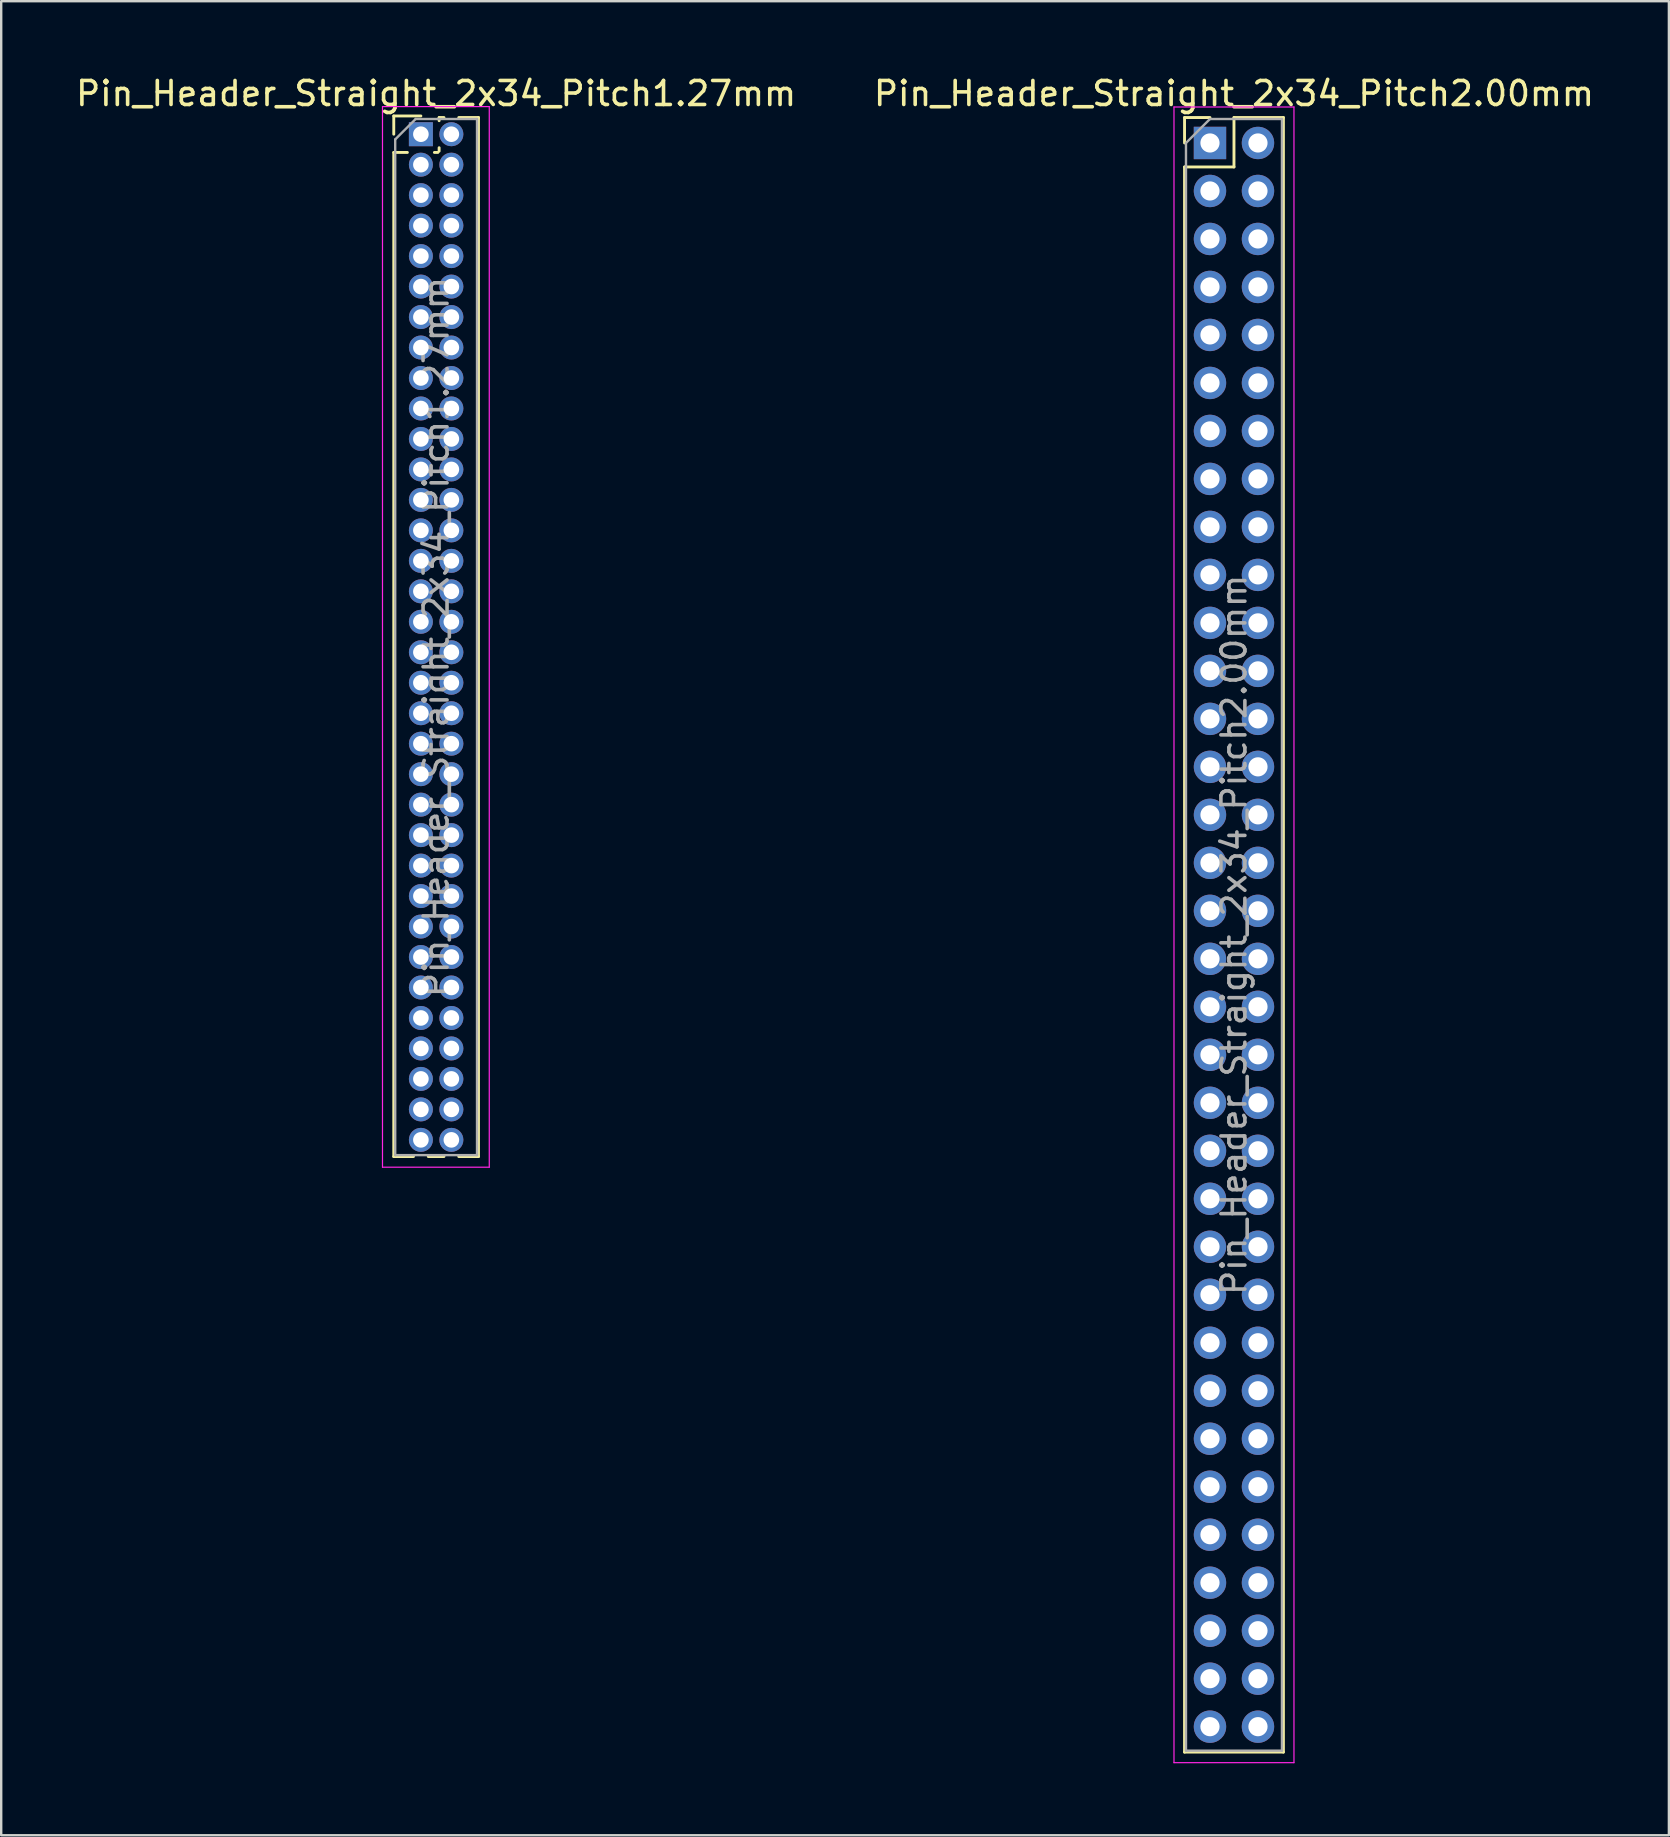
<source format=kicad_pcb>
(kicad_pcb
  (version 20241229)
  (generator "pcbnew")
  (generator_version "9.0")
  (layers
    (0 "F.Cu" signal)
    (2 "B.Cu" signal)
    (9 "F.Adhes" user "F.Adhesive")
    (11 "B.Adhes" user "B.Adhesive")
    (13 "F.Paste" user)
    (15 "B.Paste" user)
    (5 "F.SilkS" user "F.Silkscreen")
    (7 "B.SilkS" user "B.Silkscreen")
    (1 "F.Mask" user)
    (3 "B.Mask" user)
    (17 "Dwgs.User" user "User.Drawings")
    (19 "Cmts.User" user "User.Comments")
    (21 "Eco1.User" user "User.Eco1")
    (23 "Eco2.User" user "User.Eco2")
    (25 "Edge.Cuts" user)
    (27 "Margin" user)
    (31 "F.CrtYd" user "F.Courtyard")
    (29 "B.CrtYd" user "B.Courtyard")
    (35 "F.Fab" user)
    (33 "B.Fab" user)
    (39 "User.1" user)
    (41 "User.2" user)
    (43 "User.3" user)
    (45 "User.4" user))
  (footprint "Pin_Header_Straight_2x34_Pitch1.27mm"
    (layer "F.Cu")
    (at 14.49 2.543)
    (property "Reference" "Pin_Header_Straight_2x34_Pitch1.27mm" (at 0.635 -1.695 0) (layer "F.SilkS") (effects (font (size 1 1) (thickness 0.15))))
    (attr through_hole)
    (fp_line (start -1.13 -0.76) (end 0 -0.76) (stroke (width 0.12) (type solid)) (layer "F.SilkS"))
    (fp_line (start -1.13 0) (end -1.13 -0.76) (stroke (width 0.12) (type solid)) (layer "F.SilkS"))
    (fp_line (start -1.13 0.76) (end -1.13 42.605) (stroke (width 0.12) (type solid)) (layer "F.SilkS"))
    (fp_line (start -1.13 0.76) (end -0.563 0.76) (stroke (width 0.12) (type solid)) (layer "F.SilkS"))
    (fp_line (start -1.13 42.605) (end -0.308 42.605) (stroke (width 0.12) (type solid)) (layer "F.SilkS"))
    (fp_line (start 0.308 42.605) (end 0.962 42.605) (stroke (width 0.12) (type solid)) (layer "F.SilkS"))
    (fp_line (start 0.563 0.76) (end 0.707 0.76) (stroke (width 0.12) (type solid)) (layer "F.SilkS"))
    (fp_line (start 0.76 -0.695) (end 0.962 -0.695) (stroke (width 0.12) (type solid)) (layer "F.SilkS"))
    (fp_line (start 0.76 -0.563) (end 0.76 -0.695) (stroke (width 0.12) (type solid)) (layer "F.SilkS"))
    (fp_line (start 0.76 0.707) (end 0.76 0.563) (stroke (width 0.12) (type solid)) (layer "F.SilkS"))
    (fp_line (start 1.578 -0.695) (end 2.4 -0.695) (stroke (width 0.12) (type solid)) (layer "F.SilkS"))
    (fp_line (start 1.578 42.605) (end 2.4 42.605) (stroke (width 0.12) (type solid)) (layer "F.SilkS"))
    (fp_line (start 2.4 -0.695) (end 2.4 42.605) (stroke (width 0.12) (type solid)) (layer "F.SilkS"))
    (fp_line (start -1.6 -1.15) (end -1.6 43.05) (stroke (width 0.05) (type solid)) (layer "F.CrtYd"))
    (fp_line (start -1.6 43.05) (end 2.85 43.05) (stroke (width 0.05) (type solid)) (layer "F.CrtYd"))
    (fp_line (start 2.85 -1.15) (end -1.6 -1.15) (stroke (width 0.05) (type solid)) (layer "F.CrtYd"))
    (fp_line (start 2.85 43.05) (end 2.85 -1.15) (stroke (width 0.05) (type solid)) (layer "F.CrtYd"))
    (fp_line (start -1.07 0.217) (end -0.217 -0.635) (stroke (width 0.1) (type solid)) (layer "F.Fab"))
    (fp_line (start -1.07 42.545) (end -1.07 0.217) (stroke (width 0.1) (type solid)) (layer "F.Fab"))
    (fp_line (start -0.217 -0.635) (end 2.34 -0.635) (stroke (width 0.1) (type solid)) (layer "F.Fab"))
    (fp_line (start 2.34 -0.635) (end 2.34 42.545) (stroke (width 0.1) (type solid)) (layer "F.Fab"))
    (fp_line (start 2.34 42.545) (end -1.07 42.545) (stroke (width 0.1) (type solid)) (layer "F.Fab"))
    (fp_text user "${REFERENCE}" (at 0.635 20.955 90) (layer "F.Fab") (effects (font (size 1 1) (thickness 0.15))))
    (pad "1" thru_hole rect (at 0 0) (size 1 1) (drill 0.65) (layers "*.Cu" "*.Mask"))
    (pad "2" thru_hole oval (at 1.27 0) (size 1 1) (drill 0.65) (layers "*.Cu" "*.Mask"))
    (pad "3" thru_hole oval (at 0 1.27) (size 1 1) (drill 0.65) (layers "*.Cu" "*.Mask"))
    (pad "4" thru_hole oval (at 1.27 1.27) (size 1 1) (drill 0.65) (layers "*.Cu" "*.Mask"))
    (pad "5" thru_hole oval (at 0 2.54) (size 1 1) (drill 0.65) (layers "*.Cu" "*.Mask"))
    (pad "6" thru_hole oval (at 1.27 2.54) (size 1 1) (drill 0.65) (layers "*.Cu" "*.Mask"))
    (pad "7" thru_hole oval (at 0 3.81) (size 1 1) (drill 0.65) (layers "*.Cu" "*.Mask"))
    (pad "8" thru_hole oval (at 1.27 3.81) (size 1 1) (drill 0.65) (layers "*.Cu" "*.Mask"))
    (pad "9" thru_hole oval (at 0 5.08) (size 1 1) (drill 0.65) (layers "*.Cu" "*.Mask"))
    (pad "10" thru_hole oval (at 1.27 5.08) (size 1 1) (drill 0.65) (layers "*.Cu" "*.Mask"))
    (pad "11" thru_hole oval (at 0 6.35) (size 1 1) (drill 0.65) (layers "*.Cu" "*.Mask"))
    (pad "12" thru_hole oval (at 1.27 6.35) (size 1 1) (drill 0.65) (layers "*.Cu" "*.Mask"))
    (pad "13" thru_hole oval (at 0 7.62) (size 1 1) (drill 0.65) (layers "*.Cu" "*.Mask"))
    (pad "14" thru_hole oval (at 1.27 7.62) (size 1 1) (drill 0.65) (layers "*.Cu" "*.Mask"))
    (pad "15" thru_hole oval (at 0 8.89) (size 1 1) (drill 0.65) (layers "*.Cu" "*.Mask"))
    (pad "16" thru_hole oval (at 1.27 8.89) (size 1 1) (drill 0.65) (layers "*.Cu" "*.Mask"))
    (pad "17" thru_hole oval (at 0 10.16) (size 1 1) (drill 0.65) (layers "*.Cu" "*.Mask"))
    (pad "18" thru_hole oval (at 1.27 10.16) (size 1 1) (drill 0.65) (layers "*.Cu" "*.Mask"))
    (pad "19" thru_hole oval (at 0 11.43) (size 1 1) (drill 0.65) (layers "*.Cu" "*.Mask"))
    (pad "20" thru_hole oval (at 1.27 11.43) (size 1 1) (drill 0.65) (layers "*.Cu" "*.Mask"))
    (pad "21" thru_hole oval (at 0 12.7) (size 1 1) (drill 0.65) (layers "*.Cu" "*.Mask"))
    (pad "22" thru_hole oval (at 1.27 12.7) (size 1 1) (drill 0.65) (layers "*.Cu" "*.Mask"))
    (pad "23" thru_hole oval (at 0 13.97) (size 1 1) (drill 0.65) (layers "*.Cu" "*.Mask"))
    (pad "24" thru_hole oval (at 1.27 13.97) (size 1 1) (drill 0.65) (layers "*.Cu" "*.Mask"))
    (pad "25" thru_hole oval (at 0 15.24) (size 1 1) (drill 0.65) (layers "*.Cu" "*.Mask"))
    (pad "26" thru_hole oval (at 1.27 15.24) (size 1 1) (drill 0.65) (layers "*.Cu" "*.Mask"))
    (pad "27" thru_hole oval (at 0 16.51) (size 1 1) (drill 0.65) (layers "*.Cu" "*.Mask"))
    (pad "28" thru_hole oval (at 1.27 16.51) (size 1 1) (drill 0.65) (layers "*.Cu" "*.Mask"))
    (pad "29" thru_hole oval (at 0 17.78) (size 1 1) (drill 0.65) (layers "*.Cu" "*.Mask"))
    (pad "30" thru_hole oval (at 1.27 17.78) (size 1 1) (drill 0.65) (layers "*.Cu" "*.Mask"))
    (pad "31" thru_hole oval (at 0 19.05) (size 1 1) (drill 0.65) (layers "*.Cu" "*.Mask"))
    (pad "32" thru_hole oval (at 1.27 19.05) (size 1 1) (drill 0.65) (layers "*.Cu" "*.Mask"))
    (pad "33" thru_hole oval (at 0 20.32) (size 1 1) (drill 0.65) (layers "*.Cu" "*.Mask"))
    (pad "34" thru_hole oval (at 1.27 20.32) (size 1 1) (drill 0.65) (layers "*.Cu" "*.Mask"))
    (pad "35" thru_hole oval (at 0 21.59) (size 1 1) (drill 0.65) (layers "*.Cu" "*.Mask"))
    (pad "36" thru_hole oval (at 1.27 21.59) (size 1 1) (drill 0.65) (layers "*.Cu" "*.Mask"))
    (pad "37" thru_hole oval (at 0 22.86) (size 1 1) (drill 0.65) (layers "*.Cu" "*.Mask"))
    (pad "38" thru_hole oval (at 1.27 22.86) (size 1 1) (drill 0.65) (layers "*.Cu" "*.Mask"))
    (pad "39" thru_hole oval (at 0 24.13) (size 1 1) (drill 0.65) (layers "*.Cu" "*.Mask"))
    (pad "40" thru_hole oval (at 1.27 24.13) (size 1 1) (drill 0.65) (layers "*.Cu" "*.Mask"))
    (pad "41" thru_hole oval (at 0 25.4) (size 1 1) (drill 0.65) (layers "*.Cu" "*.Mask"))
    (pad "42" thru_hole oval (at 1.27 25.4) (size 1 1) (drill 0.65) (layers "*.Cu" "*.Mask"))
    (pad "43" thru_hole oval (at 0 26.67) (size 1 1) (drill 0.65) (layers "*.Cu" "*.Mask"))
    (pad "44" thru_hole oval (at 1.27 26.67) (size 1 1) (drill 0.65) (layers "*.Cu" "*.Mask"))
    (pad "45" thru_hole oval (at 0 27.94) (size 1 1) (drill 0.65) (layers "*.Cu" "*.Mask"))
    (pad "46" thru_hole oval (at 1.27 27.94) (size 1 1) (drill 0.65) (layers "*.Cu" "*.Mask"))
    (pad "47" thru_hole oval (at 0 29.21) (size 1 1) (drill 0.65) (layers "*.Cu" "*.Mask"))
    (pad "48" thru_hole oval (at 1.27 29.21) (size 1 1) (drill 0.65) (layers "*.Cu" "*.Mask"))
    (pad "49" thru_hole oval (at 0 30.48) (size 1 1) (drill 0.65) (layers "*.Cu" "*.Mask"))
    (pad "50" thru_hole oval (at 1.27 30.48) (size 1 1) (drill 0.65) (layers "*.Cu" "*.Mask"))
    (pad "51" thru_hole oval (at 0 31.75) (size 1 1) (drill 0.65) (layers "*.Cu" "*.Mask"))
    (pad "52" thru_hole oval (at 1.27 31.75) (size 1 1) (drill 0.65) (layers "*.Cu" "*.Mask"))
    (pad "53" thru_hole oval (at 0 33.02) (size 1 1) (drill 0.65) (layers "*.Cu" "*.Mask"))
    (pad "54" thru_hole oval (at 1.27 33.02) (size 1 1) (drill 0.65) (layers "*.Cu" "*.Mask"))
    (pad "55" thru_hole oval (at 0 34.29) (size 1 1) (drill 0.65) (layers "*.Cu" "*.Mask"))
    (pad "56" thru_hole oval (at 1.27 34.29) (size 1 1) (drill 0.65) (layers "*.Cu" "*.Mask"))
    (pad "57" thru_hole oval (at 0 35.56) (size 1 1) (drill 0.65) (layers "*.Cu" "*.Mask"))
    (pad "58" thru_hole oval (at 1.27 35.56) (size 1 1) (drill 0.65) (layers "*.Cu" "*.Mask"))
    (pad "59" thru_hole oval (at 0 36.83) (size 1 1) (drill 0.65) (layers "*.Cu" "*.Mask"))
    (pad "60" thru_hole oval (at 1.27 36.83) (size 1 1) (drill 0.65) (layers "*.Cu" "*.Mask"))
    (pad "61" thru_hole oval (at 0 38.1) (size 1 1) (drill 0.65) (layers "*.Cu" "*.Mask"))
    (pad "62" thru_hole oval (at 1.27 38.1) (size 1 1) (drill 0.65) (layers "*.Cu" "*.Mask"))
    (pad "63" thru_hole oval (at 0 39.37) (size 1 1) (drill 0.65) (layers "*.Cu" "*.Mask"))
    (pad "64" thru_hole oval (at 1.27 39.37) (size 1 1) (drill 0.65) (layers "*.Cu" "*.Mask"))
    (pad "65" thru_hole oval (at 0 40.64) (size 1 1) (drill 0.65) (layers "*.Cu" "*.Mask"))
    (pad "66" thru_hole oval (at 1.27 40.64) (size 1 1) (drill 0.65) (layers "*.Cu" "*.Mask"))
    (pad "67" thru_hole oval (at 0 41.91) (size 1 1) (drill 0.65) (layers "*.Cu" "*.Mask"))
    (pad "68" thru_hole oval (at 1.27 41.91) (size 1 1) (drill 0.65) (layers "*.Cu" "*.Mask")))
  (footprint "Pin_Header_Straight_2x34_Pitch2.00mm"
    (layer "F.Cu")
    (at 47.375 2.908)
    (property "Reference" "Pin_Header_Straight_2x34_Pitch2.00mm" (at 1 -2.06 0) (layer "F.SilkS") (effects (font (size 1 1) (thickness 0.15))))
    (attr through_hole)
    (fp_line (start -1.06 -1.06) (end 0 -1.06) (stroke (width 0.12) (type solid)) (layer "F.SilkS"))
    (fp_line (start -1.06 0) (end -1.06 -1.06) (stroke (width 0.12) (type solid)) (layer "F.SilkS"))
    (fp_line (start -1.06 1) (end -1.06 67.06) (stroke (width 0.12) (type solid)) (layer "F.SilkS"))
    (fp_line (start -1.06 1) (end 1 1) (stroke (width 0.12) (type solid)) (layer "F.SilkS"))
    (fp_line (start -1.06 67.06) (end 3.06 67.06) (stroke (width 0.12) (type solid)) (layer "F.SilkS"))
    (fp_line (start 1 -1.06) (end 3.06 -1.06) (stroke (width 0.12) (type solid)) (layer "F.SilkS"))
    (fp_line (start 1 1) (end 1 -1.06) (stroke (width 0.12) (type solid)) (layer "F.SilkS"))
    (fp_line (start 3.06 -1.06) (end 3.06 67.06) (stroke (width 0.12) (type solid)) (layer "F.SilkS"))
    (fp_line (start -1.5 -1.5) (end -1.5 67.5) (stroke (width 0.05) (type solid)) (layer "F.CrtYd"))
    (fp_line (start -1.5 67.5) (end 3.5 67.5) (stroke (width 0.05) (type solid)) (layer "F.CrtYd"))
    (fp_line (start 3.5 -1.5) (end -1.5 -1.5) (stroke (width 0.05) (type solid)) (layer "F.CrtYd"))
    (fp_line (start 3.5 67.5) (end 3.5 -1.5) (stroke (width 0.05) (type solid)) (layer "F.CrtYd"))
    (fp_line (start -1 0) (end 0 -1) (stroke (width 0.1) (type solid)) (layer "F.Fab"))
    (fp_line (start -1 67) (end -1 0) (stroke (width 0.1) (type solid)) (layer "F.Fab"))
    (fp_line (start 0 -1) (end 3 -1) (stroke (width 0.1) (type solid)) (layer "F.Fab"))
    (fp_line (start 3 -1) (end 3 67) (stroke (width 0.1) (type solid)) (layer "F.Fab"))
    (fp_line (start 3 67) (end -1 67) (stroke (width 0.1) (type solid)) (layer "F.Fab"))
    (fp_text user "${REFERENCE}" (at 1 33 90) (layer "F.Fab") (effects (font (size 1 1) (thickness 0.15))))
    (pad "1" thru_hole rect (at 0 0) (size 1.35 1.35) (drill 0.8) (layers "*.Cu" "*.Mask"))
    (pad "2" thru_hole oval (at 2 0) (size 1.35 1.35) (drill 0.8) (layers "*.Cu" "*.Mask"))
    (pad "3" thru_hole oval (at 0 2) (size 1.35 1.35) (drill 0.8) (layers "*.Cu" "*.Mask"))
    (pad "4" thru_hole oval (at 2 2) (size 1.35 1.35) (drill 0.8) (layers "*.Cu" "*.Mask"))
    (pad "5" thru_hole oval (at 0 4) (size 1.35 1.35) (drill 0.8) (layers "*.Cu" "*.Mask"))
    (pad "6" thru_hole oval (at 2 4) (size 1.35 1.35) (drill 0.8) (layers "*.Cu" "*.Mask"))
    (pad "7" thru_hole oval (at 0 6) (size 1.35 1.35) (drill 0.8) (layers "*.Cu" "*.Mask"))
    (pad "8" thru_hole oval (at 2 6) (size 1.35 1.35) (drill 0.8) (layers "*.Cu" "*.Mask"))
    (pad "9" thru_hole oval (at 0 8) (size 1.35 1.35) (drill 0.8) (layers "*.Cu" "*.Mask"))
    (pad "10" thru_hole oval (at 2 8) (size 1.35 1.35) (drill 0.8) (layers "*.Cu" "*.Mask"))
    (pad "11" thru_hole oval (at 0 10) (size 1.35 1.35) (drill 0.8) (layers "*.Cu" "*.Mask"))
    (pad "12" thru_hole oval (at 2 10) (size 1.35 1.35) (drill 0.8) (layers "*.Cu" "*.Mask"))
    (pad "13" thru_hole oval (at 0 12) (size 1.35 1.35) (drill 0.8) (layers "*.Cu" "*.Mask"))
    (pad "14" thru_hole oval (at 2 12) (size 1.35 1.35) (drill 0.8) (layers "*.Cu" "*.Mask"))
    (pad "15" thru_hole oval (at 0 14) (size 1.35 1.35) (drill 0.8) (layers "*.Cu" "*.Mask"))
    (pad "16" thru_hole oval (at 2 14) (size 1.35 1.35) (drill 0.8) (layers "*.Cu" "*.Mask"))
    (pad "17" thru_hole oval (at 0 16) (size 1.35 1.35) (drill 0.8) (layers "*.Cu" "*.Mask"))
    (pad "18" thru_hole oval (at 2 16) (size 1.35 1.35) (drill 0.8) (layers "*.Cu" "*.Mask"))
    (pad "19" thru_hole oval (at 0 18) (size 1.35 1.35) (drill 0.8) (layers "*.Cu" "*.Mask"))
    (pad "20" thru_hole oval (at 2 18) (size 1.35 1.35) (drill 0.8) (layers "*.Cu" "*.Mask"))
    (pad "21" thru_hole oval (at 0 20) (size 1.35 1.35) (drill 0.8) (layers "*.Cu" "*.Mask"))
    (pad "22" thru_hole oval (at 2 20) (size 1.35 1.35) (drill 0.8) (layers "*.Cu" "*.Mask"))
    (pad "23" thru_hole oval (at 0 22) (size 1.35 1.35) (drill 0.8) (layers "*.Cu" "*.Mask"))
    (pad "24" thru_hole oval (at 2 22) (size 1.35 1.35) (drill 0.8) (layers "*.Cu" "*.Mask"))
    (pad "25" thru_hole oval (at 0 24) (size 1.35 1.35) (drill 0.8) (layers "*.Cu" "*.Mask"))
    (pad "26" thru_hole oval (at 2 24) (size 1.35 1.35) (drill 0.8) (layers "*.Cu" "*.Mask"))
    (pad "27" thru_hole oval (at 0 26) (size 1.35 1.35) (drill 0.8) (layers "*.Cu" "*.Mask"))
    (pad "28" thru_hole oval (at 2 26) (size 1.35 1.35) (drill 0.8) (layers "*.Cu" "*.Mask"))
    (pad "29" thru_hole oval (at 0 28) (size 1.35 1.35) (drill 0.8) (layers "*.Cu" "*.Mask"))
    (pad "30" thru_hole oval (at 2 28) (size 1.35 1.35) (drill 0.8) (layers "*.Cu" "*.Mask"))
    (pad "31" thru_hole oval (at 0 30) (size 1.35 1.35) (drill 0.8) (layers "*.Cu" "*.Mask"))
    (pad "32" thru_hole oval (at 2 30) (size 1.35 1.35) (drill 0.8) (layers "*.Cu" "*.Mask"))
    (pad "33" thru_hole oval (at 0 32) (size 1.35 1.35) (drill 0.8) (layers "*.Cu" "*.Mask"))
    (pad "34" thru_hole oval (at 2 32) (size 1.35 1.35) (drill 0.8) (layers "*.Cu" "*.Mask"))
    (pad "35" thru_hole oval (at 0 34) (size 1.35 1.35) (drill 0.8) (layers "*.Cu" "*.Mask"))
    (pad "36" thru_hole oval (at 2 34) (size 1.35 1.35) (drill 0.8) (layers "*.Cu" "*.Mask"))
    (pad "37" thru_hole oval (at 0 36) (size 1.35 1.35) (drill 0.8) (layers "*.Cu" "*.Mask"))
    (pad "38" thru_hole oval (at 2 36) (size 1.35 1.35) (drill 0.8) (layers "*.Cu" "*.Mask"))
    (pad "39" thru_hole oval (at 0 38) (size 1.35 1.35) (drill 0.8) (layers "*.Cu" "*.Mask"))
    (pad "40" thru_hole oval (at 2 38) (size 1.35 1.35) (drill 0.8) (layers "*.Cu" "*.Mask"))
    (pad "41" thru_hole oval (at 0 40) (size 1.35 1.35) (drill 0.8) (layers "*.Cu" "*.Mask"))
    (pad "42" thru_hole oval (at 2 40) (size 1.35 1.35) (drill 0.8) (layers "*.Cu" "*.Mask"))
    (pad "43" thru_hole oval (at 0 42) (size 1.35 1.35) (drill 0.8) (layers "*.Cu" "*.Mask"))
    (pad "44" thru_hole oval (at 2 42) (size 1.35 1.35) (drill 0.8) (layers "*.Cu" "*.Mask"))
    (pad "45" thru_hole oval (at 0 44) (size 1.35 1.35) (drill 0.8) (layers "*.Cu" "*.Mask"))
    (pad "46" thru_hole oval (at 2 44) (size 1.35 1.35) (drill 0.8) (layers "*.Cu" "*.Mask"))
    (pad "47" thru_hole oval (at 0 46) (size 1.35 1.35) (drill 0.8) (layers "*.Cu" "*.Mask"))
    (pad "48" thru_hole oval (at 2 46) (size 1.35 1.35) (drill 0.8) (layers "*.Cu" "*.Mask"))
    (pad "49" thru_hole oval (at 0 48) (size 1.35 1.35) (drill 0.8) (layers "*.Cu" "*.Mask"))
    (pad "50" thru_hole oval (at 2 48) (size 1.35 1.35) (drill 0.8) (layers "*.Cu" "*.Mask"))
    (pad "51" thru_hole oval (at 0 50) (size 1.35 1.35) (drill 0.8) (layers "*.Cu" "*.Mask"))
    (pad "52" thru_hole oval (at 2 50) (size 1.35 1.35) (drill 0.8) (layers "*.Cu" "*.Mask"))
    (pad "53" thru_hole oval (at 0 52) (size 1.35 1.35) (drill 0.8) (layers "*.Cu" "*.Mask"))
    (pad "54" thru_hole oval (at 2 52) (size 1.35 1.35) (drill 0.8) (layers "*.Cu" "*.Mask"))
    (pad "55" thru_hole oval (at 0 54) (size 1.35 1.35) (drill 0.8) (layers "*.Cu" "*.Mask"))
    (pad "56" thru_hole oval (at 2 54) (size 1.35 1.35) (drill 0.8) (layers "*.Cu" "*.Mask"))
    (pad "57" thru_hole oval (at 0 56) (size 1.35 1.35) (drill 0.8) (layers "*.Cu" "*.Mask"))
    (pad "58" thru_hole oval (at 2 56) (size 1.35 1.35) (drill 0.8) (layers "*.Cu" "*.Mask"))
    (pad "59" thru_hole oval (at 0 58) (size 1.35 1.35) (drill 0.8) (layers "*.Cu" "*.Mask"))
    (pad "60" thru_hole oval (at 2 58) (size 1.35 1.35) (drill 0.8) (layers "*.Cu" "*.Mask"))
    (pad "61" thru_hole oval (at 0 60) (size 1.35 1.35) (drill 0.8) (layers "*.Cu" "*.Mask"))
    (pad "62" thru_hole oval (at 2 60) (size 1.35 1.35) (drill 0.8) (layers "*.Cu" "*.Mask"))
    (pad "63" thru_hole oval (at 0 62) (size 1.35 1.35) (drill 0.8) (layers "*.Cu" "*.Mask"))
    (pad "64" thru_hole oval (at 2 62) (size 1.35 1.35) (drill 0.8) (layers "*.Cu" "*.Mask"))
    (pad "65" thru_hole oval (at 0 64) (size 1.35 1.35) (drill 0.8) (layers "*.Cu" "*.Mask"))
    (pad "66" thru_hole oval (at 2 64) (size 1.35 1.35) (drill 0.8) (layers "*.Cu" "*.Mask"))
    (pad "67" thru_hole oval (at 0 66) (size 1.35 1.35) (drill 0.8) (layers "*.Cu" "*.Mask"))
    (pad "68" thru_hole oval (at 2 66) (size 1.35 1.35) (drill 0.8) (layers "*.Cu" "*.Mask")))
  (gr_rect
    (start -3 -3)
    (end 66.5 73.433)
    (stroke (width 0.1) (type default))
    (fill no)
    (layer "Edge.Cuts")))
</source>
